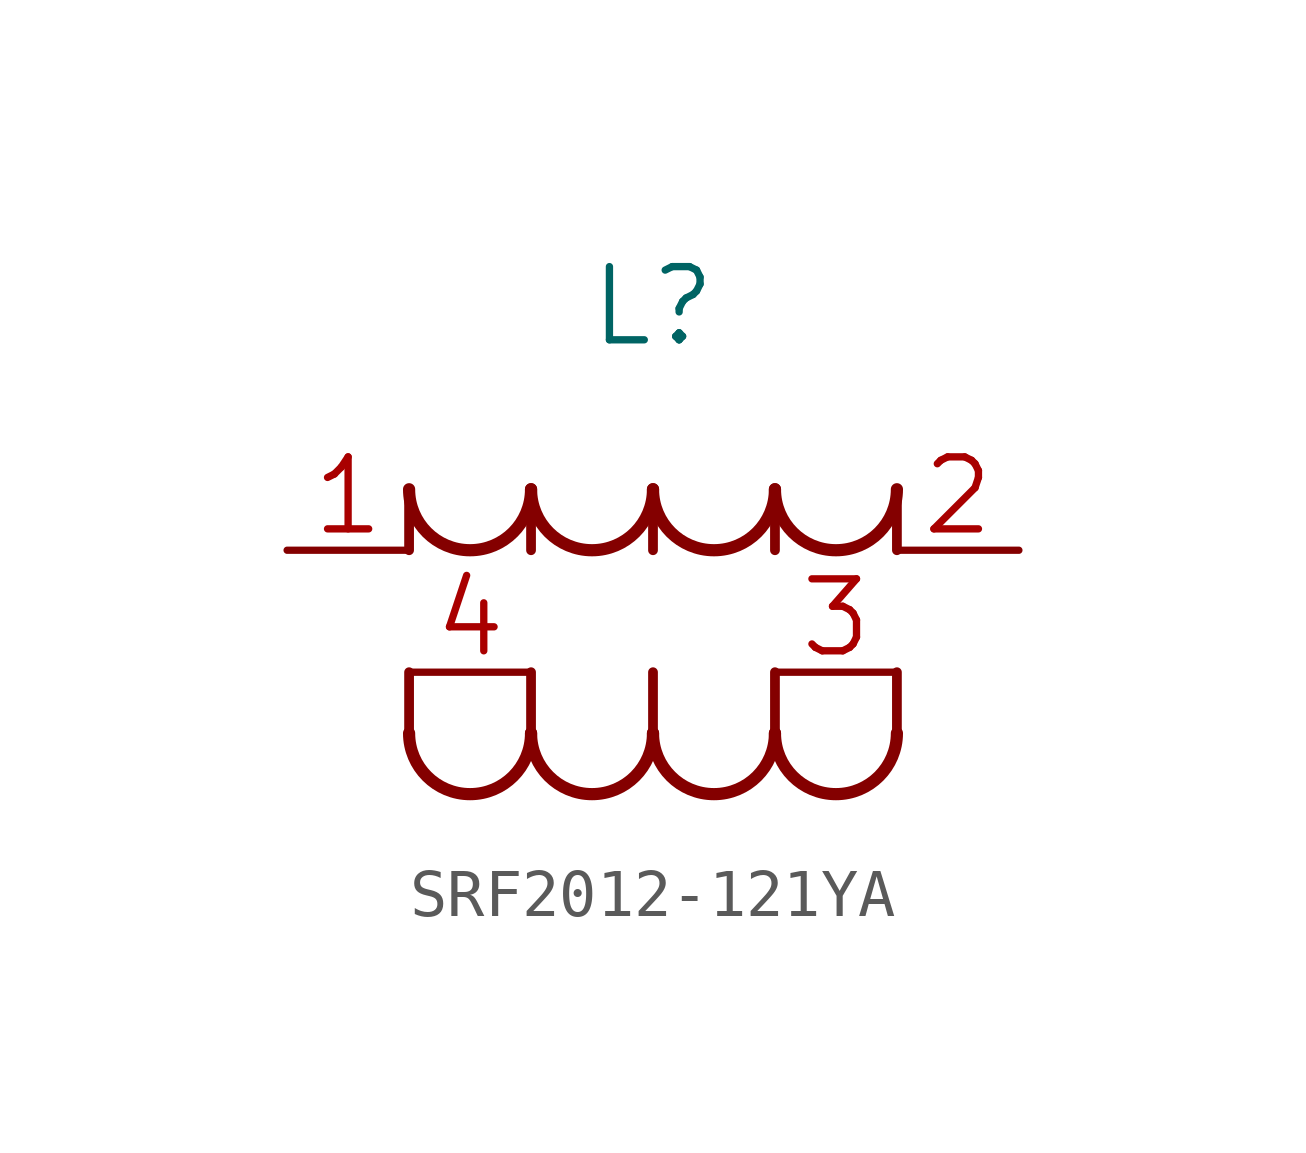
<source format=kicad_sym>
(kicad_symbol_lib
  (version 20220914)
  (generator kicad_symbol_editor)
  (symbol "SRF2012-121YA"
    (pin_names
      (offset 0) hide)
    (property "Reference" "L"
      (at 7.62 5.08 0)
      (effects (font (size 1.524 1.524))))
    (symbol "SRF2012-121YA_1_1"
      (polyline (pts (xy 2.54 -2.54) (xy 2.54 -3.81)) (stroke (width 0.203) (type default)) (fill (type none)))
      (polyline (pts (xy 2.54 0) (xy 2.54 1.27)) (stroke (width 0.203) (type default)) (fill (type none)))
      (polyline (pts (xy 5.08 -2.54) (xy 5.08 -3.81)) (stroke (width 0.203) (type default)) (fill (type none)))
      (polyline (pts (xy 5.08 0) (xy 5.08 1.27)) (stroke (width 0.203) (type default)) (fill (type none)))
      (polyline (pts (xy 7.62 -2.54) (xy 7.62 -3.81)) (stroke (width 0.203) (type default)) (fill (type none)))
      (polyline (pts (xy 7.62 0) (xy 7.62 1.27)) (stroke (width 0.203) (type default)) (fill (type none)))
      (polyline (pts (xy 10.16 -2.54) (xy 10.16 -3.81)) (stroke (width 0.203) (type default)) (fill (type none)))
      (polyline (pts (xy 10.16 0) (xy 10.16 1.27)) (stroke (width 0.203) (type default)) (fill (type none)))
      (polyline (pts (xy 12.7 -2.54) (xy 12.7 -3.81)) (stroke (width 0.203) (type default)) (fill (type none)))
      (polyline (pts (xy 12.7 0) (xy 12.7 1.27)) (stroke (width 0.203) (type default)) (fill (type none)))
      (arc (start 2.54 -3.81) (mid 3.81 -5.0745) (end 5.08 -3.81) (stroke (width 0.254) (type default)) (fill (type none)))
      (arc (start 2.54 1.27) (mid 3.81 0.0055) (end 5.08 1.27) (stroke (width 0.254) (type default)) (fill (type none)))
      (arc (start 5.08 -3.81) (mid 6.35 -5.0745) (end 7.62 -3.81) (stroke (width 0.254) (type default)) (fill (type none)))
      (arc (start 5.08 1.27) (mid 6.35 0.0055) (end 7.62 1.27) (stroke (width 0.254) (type default)) (fill (type none)))
      (arc (start 7.62 -3.81) (mid 8.89 -5.0745) (end 10.16 -3.81) (stroke (width 0.254) (type default)) (fill (type none)))
      (arc (start 7.62 1.27) (mid 8.89 0.0055) (end 10.16 1.27) (stroke (width 0.254) (type default)) (fill (type none)))
      (arc (start 10.16 -3.81) (mid 11.43 -5.0745) (end 12.7 -3.81) (stroke (width 0.254) (type default)) (fill (type none)))
      (arc (start 10.16 1.27) (mid 11.43 0.0055) (end 12.7 1.27) (stroke (width 0.254) (type default)) (fill (type none)))
      (pin unspecified line (at 0 0 0) (length 2.54) (name "1" (effects (font (size 1.499 1.499)))) (number "1" (effects (font (size 1.499 1.499)))))
      (pin unspecified line (at 15.24 0 180) (length 2.54) (name "2" (effects (font (size 1.499 1.499)))) (number "2" (effects (font (size 1.499 1.499)))))
      (pin unspecified line (at 10.16 -2.54 0) (length 2.54) (name "3" (effects (font (size 1.499 1.499)))) (number "3" (effects (font (size 1.499 1.499)))))
      (pin unspecified line (at 5.08 -2.54 180) (length 2.54) (name "4" (effects (font (size 1.499 1.499)))) (number "4" (effects (font (size 1.499 1.499))))))))
</source>
